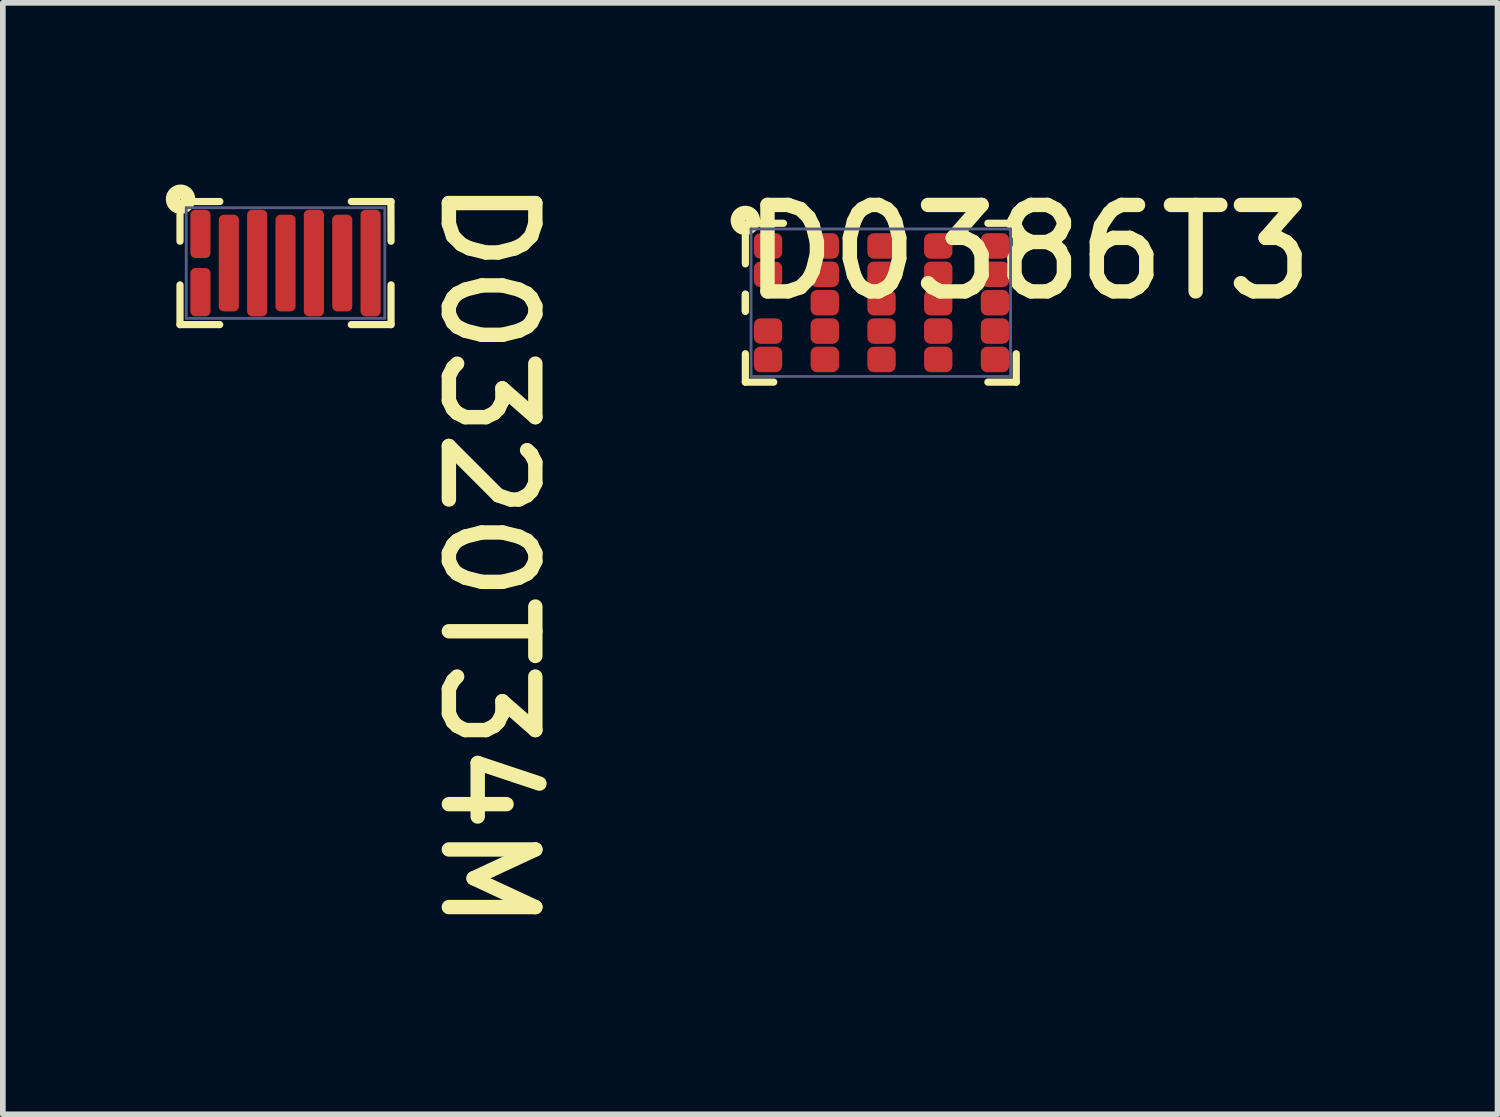
<source format=kicad_pcb>
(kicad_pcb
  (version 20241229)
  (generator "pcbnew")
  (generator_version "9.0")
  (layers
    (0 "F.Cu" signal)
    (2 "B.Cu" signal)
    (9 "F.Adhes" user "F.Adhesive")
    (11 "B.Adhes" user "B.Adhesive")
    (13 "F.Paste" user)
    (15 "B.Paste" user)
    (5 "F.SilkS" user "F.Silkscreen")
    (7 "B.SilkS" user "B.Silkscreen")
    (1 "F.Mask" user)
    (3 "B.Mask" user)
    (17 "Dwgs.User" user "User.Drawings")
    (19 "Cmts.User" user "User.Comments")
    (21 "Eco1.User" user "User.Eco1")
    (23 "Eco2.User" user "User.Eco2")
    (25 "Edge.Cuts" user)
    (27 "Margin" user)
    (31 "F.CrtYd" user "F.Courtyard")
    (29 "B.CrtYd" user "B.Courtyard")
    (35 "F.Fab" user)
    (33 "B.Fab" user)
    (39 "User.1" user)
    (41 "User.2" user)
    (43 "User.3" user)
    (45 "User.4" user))
  (footprint "D0386T3"
    (layer "F.Cu")
    (at 12.489 2.286)
    (property "Reference" "D0386T3" (at -2.54 0 0) (unlocked yes) (layer "F.SilkS") (effects (font (size 1.524 1.524) (thickness 0.254)) (justify left bottom)))
    (attr smd)
    (fp_circle (center -2 -1) (end -1.917 -1) (stroke (width 0.165) (type solid)) (fill yes) (layer "F.Mask"))
    (fp_circle (center -2 -0.5) (end -1.917 -0.5) (stroke (width 0.165) (type solid)) (fill yes) (layer "F.Mask"))
    (fp_circle (center -2 0.5) (end -1.917 0.5) (stroke (width 0.165) (type solid)) (fill yes) (layer "F.Mask"))
    (fp_circle (center -2 1) (end -1.917 1) (stroke (width 0.165) (type solid)) (fill yes) (layer "F.Mask"))
    (fp_circle (center -1 -1) (end -0.917 -1) (stroke (width 0.165) (type solid)) (fill yes) (layer "F.Mask"))
    (fp_circle (center -1 -0.5) (end -0.917 -0.5) (stroke (width 0.165) (type solid)) (fill yes) (layer "F.Mask"))
    (fp_circle (center -1 0) (end -0.917 0) (stroke (width 0.165) (type solid)) (fill yes) (layer "F.Mask"))
    (fp_circle (center -1 0.5) (end -0.917 0.5) (stroke (width 0.165) (type solid)) (fill yes) (layer "F.Mask"))
    (fp_circle (center -1 1) (end -0.917 1) (stroke (width 0.165) (type solid)) (fill yes) (layer "F.Mask"))
    (fp_circle (center 0 -1) (end 0.083 -1) (stroke (width 0.165) (type solid)) (fill yes) (layer "F.Mask"))
    (fp_circle (center 0 -0.5) (end 0.083 -0.5) (stroke (width 0.165) (type solid)) (fill yes) (layer "F.Mask"))
    (fp_circle (center 0 0) (end 0.083 0) (stroke (width 0.165) (type solid)) (fill yes) (layer "F.Mask"))
    (fp_circle (center 0 0.5) (end 0.083 0.5) (stroke (width 0.165) (type solid)) (fill yes) (layer "F.Mask"))
    (fp_circle (center 0 1) (end 0.083 1) (stroke (width 0.165) (type solid)) (fill yes) (layer "F.Mask"))
    (fp_circle (center 1 -1) (end 1.083 -1) (stroke (width 0.165) (type solid)) (fill yes) (layer "F.Mask"))
    (fp_circle (center 1 -0.5) (end 1.083 -0.5) (stroke (width 0.165) (type solid)) (fill yes) (layer "F.Mask"))
    (fp_circle (center 1 0) (end 1.083 0) (stroke (width 0.165) (type solid)) (fill yes) (layer "F.Mask"))
    (fp_circle (center 1 0.5) (end 1.083 0.5) (stroke (width 0.165) (type solid)) (fill yes) (layer "F.Mask"))
    (fp_circle (center 1 1) (end 1.083 1) (stroke (width 0.165) (type solid)) (fill yes) (layer "F.Mask"))
    (fp_circle (center 2 -1) (end 2.083 -1) (stroke (width 0.165) (type solid)) (fill yes) (layer "F.Mask"))
    (fp_circle (center 2 -0.5) (end 2.083 -0.5) (stroke (width 0.165) (type solid)) (fill yes) (layer "F.Mask"))
    (fp_circle (center 2 0) (end 2.083 0) (stroke (width 0.165) (type solid)) (fill yes) (layer "F.Mask"))
    (fp_circle (center 2 0.5) (end 2.083 0.5) (stroke (width 0.165) (type solid)) (fill yes) (layer "F.Mask"))
    (fp_circle (center 2 1) (end 2.083 1) (stroke (width 0.165) (type solid)) (fill yes) (layer "F.Mask"))
    (fp_line (start -2.4 -1.175) (end -2.4 -0.685) (stroke (width 0.127) (type solid)) (layer "F.SilkS"))
    (fp_line (start -2.4 -0.15) (end -2.4 0.15) (stroke (width 0.127) (type solid)) (layer "F.SilkS"))
    (fp_line (start -2.4 -0.15) (end -2.4 0.15) (stroke (width 0.127) (type solid)) (layer "F.SilkS"))
    (fp_line (start -2.4 0.9) (end -2.4 1.4) (stroke (width 0.127) (type solid)) (layer "F.SilkS"))
    (fp_line (start -2.4 1.4) (end -1.9 1.4) (stroke (width 0.127) (type solid)) (layer "F.SilkS"))
    (fp_line (start -2.15 -1.4) (end -1.729 -1.4) (stroke (width 0.127) (type solid)) (layer "F.SilkS"))
    (fp_line (start 1.875 -1.4) (end 2.375 -1.4) (stroke (width 0.127) (type solid)) (layer "F.SilkS"))
    (fp_line (start 1.875 1.4) (end 2.375 1.4) (stroke (width 0.127) (type solid)) (layer "F.SilkS"))
    (fp_line (start 2.375 -1.4) (end 2.375 -0.9) (stroke (width 0.127) (type solid)) (layer "F.SilkS"))
    (fp_line (start 2.375 0.9) (end 2.375 1.4) (stroke (width 0.127) (type solid)) (layer "F.SilkS"))
    (fp_circle (center -2.4 -1.45) (end -2.394 -1.45) (stroke (width 0.254) (type solid)) (fill no) (layer "F.SilkS"))
    (fp_line (start -2.3 -1.3) (end -2.3 1.3) (stroke (width 0.05) (type solid)) (layer "B.Fab"))
    (fp_line (start -2.3 -1.3) (end 2.275 -1.3) (stroke (width 0.05) (type solid)) (layer "B.Fab"))
    (fp_line (start -2.3 1.3) (end 2.275 1.3) (stroke (width 0.05) (type solid)) (layer "B.Fab"))
    (fp_line (start 2.275 -1.3) (end 2.275 1.3) (stroke (width 0.05) (type solid)) (layer "B.Fab"))
    (pad "1" smd roundrect (at -2 -1) (size 0.5 0.45) (layers "F.Cu" "F.Mask" "F.Paste") (roundrect_rratio 0.25))
    (pad "2" smd roundrect (at -2 -0.5) (size 0.5 0.45) (layers "F.Cu" "F.Mask" "F.Paste") (roundrect_rratio 0.25))
    (pad "3" smd roundrect (at -2 0.5) (size 0.5 0.45) (layers "F.Cu" "F.Mask" "F.Paste") (roundrect_rratio 0.25))
    (pad "4" smd roundrect (at -2 1) (size 0.5 0.45) (layers "F.Cu" "F.Mask" "F.Paste") (roundrect_rratio 0.25))
    (pad "5" smd roundrect (at -1 -1) (size 0.5 0.45) (layers "F.Cu" "F.Mask" "F.Paste") (roundrect_rratio 0.25))
    (pad "6" smd roundrect (at -1 -0.5) (size 0.5 0.45) (layers "F.Cu" "F.Mask" "F.Paste") (roundrect_rratio 0.25))
    (pad "7" smd roundrect (at -1 0) (size 0.5 0.45) (layers "F.Cu" "F.Mask" "F.Paste") (roundrect_rratio 0.25))
    (pad "8" smd roundrect (at -1 0.5) (size 0.5 0.45) (layers "F.Cu" "F.Mask" "F.Paste") (roundrect_rratio 0.25))
    (pad "9" smd roundrect (at -1 1) (size 0.5 0.45) (layers "F.Cu" "F.Mask" "F.Paste") (roundrect_rratio 0.25))
    (pad "10" smd roundrect (at 0 -1) (size 0.5 0.45) (layers "F.Cu" "F.Mask" "F.Paste") (roundrect_rratio 0.25))
    (pad "11" smd roundrect (at 0 -0.5) (size 0.5 0.45) (layers "F.Cu" "F.Mask" "F.Paste") (roundrect_rratio 0.25))
    (pad "12" smd roundrect (at 0 0) (size 0.5 0.45) (layers "F.Cu" "F.Mask" "F.Paste") (roundrect_rratio 0.25))
    (pad "13" smd roundrect (at 0 0.5) (size 0.5 0.45) (layers "F.Cu" "F.Mask" "F.Paste") (roundrect_rratio 0.25))
    (pad "14" smd roundrect (at 0 1) (size 0.5 0.45) (layers "F.Cu" "F.Mask" "F.Paste") (roundrect_rratio 0.25))
    (pad "15" smd roundrect (at 1 -1) (size 0.5 0.45) (layers "F.Cu" "F.Mask" "F.Paste") (roundrect_rratio 0.25))
    (pad "16" smd roundrect (at 1 -0.5) (size 0.5 0.45) (layers "F.Cu" "F.Mask" "F.Paste") (roundrect_rratio 0.25))
    (pad "17" smd roundrect (at 1 0) (size 0.5 0.45) (layers "F.Cu" "F.Mask" "F.Paste") (roundrect_rratio 0.25))
    (pad "18" smd roundrect (at 1 0.5) (size 0.5 0.45) (layers "F.Cu" "F.Mask" "F.Paste") (roundrect_rratio 0.25))
    (pad "19" smd roundrect (at 1 1) (size 0.5 0.45) (layers "F.Cu" "F.Mask" "F.Paste") (roundrect_rratio 0.25))
    (pad "20" smd roundrect (at 2 -1) (size 0.5 0.45) (layers "F.Cu" "F.Mask" "F.Paste") (roundrect_rratio 0.25))
    (pad "21" smd roundrect (at 2 -0.5) (size 0.5 0.45) (layers "F.Cu" "F.Mask" "F.Paste") (roundrect_rratio 0.25))
    (pad "22" smd roundrect (at 2 0) (size 0.5 0.45) (layers "F.Cu" "F.Mask" "F.Paste") (roundrect_rratio 0.25))
    (pad "23" smd roundrect (at 2 0.5) (size 0.5 0.45) (layers "F.Cu" "F.Mask" "F.Paste") (roundrect_rratio 0.25))
    (pad "24" smd roundrect (at 2 1) (size 0.5 0.45) (layers "F.Cu" "F.Mask" "F.Paste") (roundrect_rratio 0.25)))
  (footprint "D0320T34M"
    (layer "F.Cu")
    (at 1.983 1.587)
    (property "Reference" "D0320T34M" (at 2.68 -1.587 270) (unlocked yes) (layer "F.SilkS") (effects (font (size 1.524 1.524) (thickness 0.254)) (justify left bottom)))
    (attr smd)
    (fp_line (start -1.5 -0.251) (end -1.5 -0.775) (stroke (width 0.23) (type solid)) (layer "F.Mask"))
    (fp_line (start -1.5 0.775) (end -1.5 0.251) (stroke (width 0.23) (type solid)) (layer "F.Mask"))
    (fp_line (start -1 0.688) (end -1 -0.688) (stroke (width 0.23) (type solid)) (layer "F.Mask"))
    (fp_line (start -0.5 0.775) (end -0.5 -0.775) (stroke (width 0.23) (type solid)) (layer "F.Mask"))
    (fp_line (start 0 0.688) (end 0 -0.688) (stroke (width 0.23) (type solid)) (layer "F.Mask"))
    (fp_line (start 0.5 0.775) (end 0.5 -0.775) (stroke (width 0.23) (type solid)) (layer "F.Mask"))
    (fp_line (start 1 0.688) (end 1 -0.688) (stroke (width 0.23) (type solid)) (layer "F.Mask"))
    (fp_line (start 1.5 0.775) (end 1.5 -0.775) (stroke (width 0.23) (type solid)) (layer "F.Mask"))
    (fp_line (start -1.86 -0.85) (end -1.86 -0.385) (stroke (width 0.127) (type solid)) (layer "F.SilkS"))
    (fp_line (start -1.86 0.385) (end -1.86 1.085) (stroke (width 0.127) (type solid)) (layer "F.SilkS"))
    (fp_line (start -1.86 1.085) (end -1.16 1.085) (stroke (width 0.127) (type solid)) (layer "F.SilkS"))
    (fp_line (start -1.599 -1.085) (end -1.158 -1.085) (stroke (width 0.127) (type solid)) (layer "F.SilkS"))
    (fp_line (start 1.16 -1.085) (end 1.86 -1.085) (stroke (width 0.127) (type solid)) (layer "F.SilkS"))
    (fp_line (start 1.16 1.085) (end 1.86 1.085) (stroke (width 0.127) (type solid)) (layer "F.SilkS"))
    (fp_line (start 1.858 -1.085) (end 1.86 -0.385) (stroke (width 0.127) (type solid)) (layer "F.SilkS"))
    (fp_line (start 1.86 0.385) (end 1.86 1.085) (stroke (width 0.127) (type solid)) (layer "F.SilkS"))
    (fp_circle (center -1.85 -1.125) (end -1.844 -1.125) (stroke (width 0.254) (type solid)) (fill no) (layer "F.SilkS"))
    (fp_poly (pts (xy -1.442 -0.193) (xy -1.442 -0.833) (xy -1.558 -0.833) (xy -1.558 -0.193)) (stroke (width 0.115) (type solid)) (fill yes) (layer "F.Paste"))
    (fp_poly (pts (xy -1.442 0.833) (xy -1.442 0.193) (xy -1.558 0.193) (xy -1.558 0.833)) (stroke (width 0.115) (type solid)) (fill yes) (layer "F.Paste"))
    (fp_poly (pts (xy -0.943 0.745) (xy -0.943 -0.745) (xy -1.058 -0.745) (xy -1.058 0.745)) (stroke (width 0.115) (type solid)) (fill yes) (layer "F.Paste"))
    (fp_poly (pts (xy -0.443 0.833) (xy -0.443 -0.833) (xy -0.557 -0.833) (xy -0.557 0.833)) (stroke (width 0.115) (type solid)) (fill yes) (layer "F.Paste"))
    (fp_poly (pts (xy 0.058 0.745) (xy 0.058 -0.745) (xy -0.058 -0.745) (xy -0.058 0.745)) (stroke (width 0.115) (type solid)) (fill yes) (layer "F.Paste"))
    (fp_poly (pts (xy 0.557 0.833) (xy 0.557 -0.833) (xy 0.443 -0.833) (xy 0.443 0.833)) (stroke (width 0.115) (type solid)) (fill yes) (layer "F.Paste"))
    (fp_poly (pts (xy 1.058 0.745) (xy 1.058 -0.745) (xy 0.943 -0.745) (xy 0.943 0.745)) (stroke (width 0.115) (type solid)) (fill yes) (layer "F.Paste"))
    (fp_poly (pts (xy 1.558 0.833) (xy 1.558 -0.833) (xy 1.442 -0.833) (xy 1.442 0.833)) (stroke (width 0.115) (type solid)) (fill yes) (layer "F.Paste"))
    (fp_line (start -1.75 -0.975) (end -1.75 0.975) (stroke (width 0.05) (type solid)) (layer "B.Fab"))
    (fp_line (start -1.75 -0.975) (end 1.75 -0.975) (stroke (width 0.05) (type solid)) (layer "B.Fab"))
    (fp_line (start -1.75 0.975) (end 1.75 0.975) (stroke (width 0.05) (type solid)) (layer "B.Fab"))
    (fp_line (start 1.75 -0.975) (end 1.75 0.975) (stroke (width 0.05) (type solid)) (layer "B.Fab"))
    (pad "1" smd roundrect (at -1.5 -0.513) (size 0.355 0.85) (layers "F.Cu" "F.Mask" "F.Paste") (roundrect_rratio 0.25))
    (pad "2" smd roundrect (at -1.5 0.513) (size 0.355 0.85) (layers "F.Cu" "F.Mask" "F.Paste") (roundrect_rratio 0.25))
    (pad "3" smd roundrect (at -1 0) (size 0.355 1.705) (layers "F.Cu" "F.Mask" "F.Paste") (roundrect_rratio 0.25))
    (pad "4" smd roundrect (at -0.5 0) (size 0.355 1.88) (layers "F.Cu" "F.Mask" "F.Paste") (roundrect_rratio 0.25))
    (pad "5" smd roundrect (at 0 0) (size 0.355 1.705) (layers "F.Cu" "F.Mask" "F.Paste") (roundrect_rratio 0.25))
    (pad "6" smd roundrect (at 0.5 0) (size 0.355 1.88) (layers "F.Cu" "F.Mask" "F.Paste") (roundrect_rratio 0.25))
    (pad "7" smd roundrect (at 1 0) (size 0.355 1.705) (layers "F.Cu" "F.Mask" "F.Paste") (roundrect_rratio 0.25))
    (pad "8" smd roundrect (at 1.5 0) (size 0.355 1.88) (layers "F.Cu" "F.Mask" "F.Paste") (roundrect_rratio 0.25)))
  (gr_rect
    (start -3 -3)
    (end 23.348 16.593)
    (stroke (width 0.1) (type default))
    (fill no)
    (layer "Edge.Cuts")))
</source>
